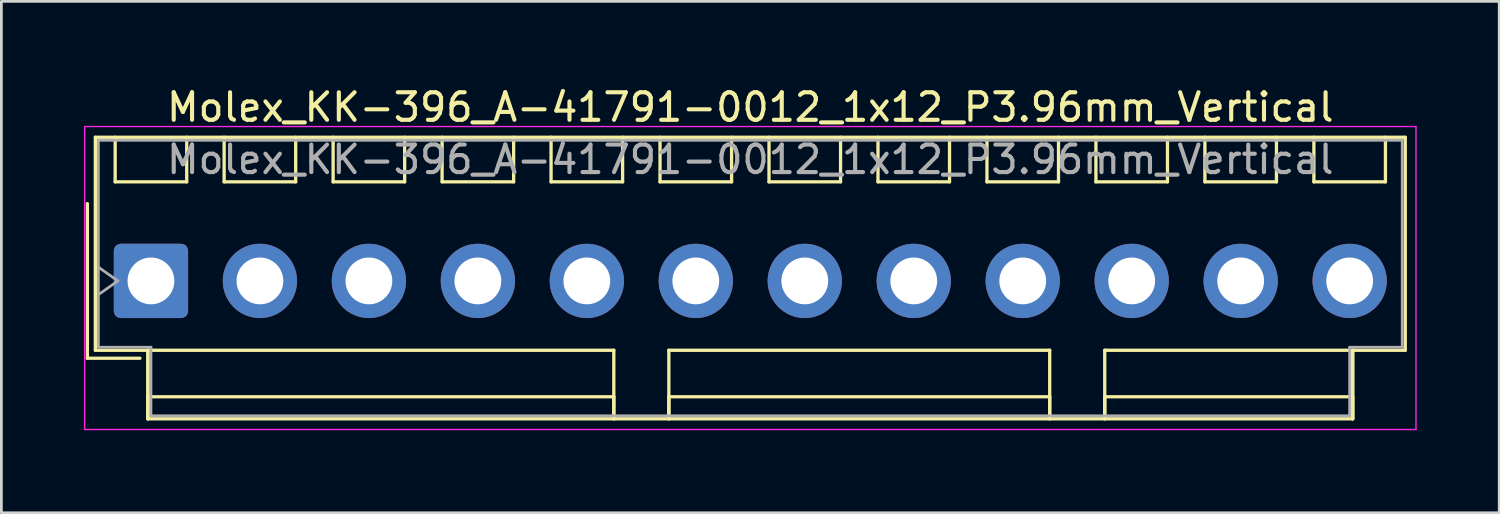
<source format=kicad_pcb>
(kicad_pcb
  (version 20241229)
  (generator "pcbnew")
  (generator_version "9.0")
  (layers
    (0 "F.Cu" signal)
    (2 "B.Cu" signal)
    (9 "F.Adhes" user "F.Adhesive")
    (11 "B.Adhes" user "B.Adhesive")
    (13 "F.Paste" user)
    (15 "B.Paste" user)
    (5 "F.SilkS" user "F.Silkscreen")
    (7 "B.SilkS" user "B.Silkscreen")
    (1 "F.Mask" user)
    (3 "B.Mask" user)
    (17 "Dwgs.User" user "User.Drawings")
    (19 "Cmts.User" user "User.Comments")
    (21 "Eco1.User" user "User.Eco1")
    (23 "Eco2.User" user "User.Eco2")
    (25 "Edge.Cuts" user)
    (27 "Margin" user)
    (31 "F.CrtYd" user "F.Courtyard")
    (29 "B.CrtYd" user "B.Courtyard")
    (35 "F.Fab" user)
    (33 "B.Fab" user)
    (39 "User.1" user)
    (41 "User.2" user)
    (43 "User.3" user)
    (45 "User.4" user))
  (footprint "Molex_KK-396_A-41791-0012_1x12_P3.96mm_Vertical"
    (layer "F.Cu")
    (at 2.435 7.158)
    (property "Reference" "Molex_KK-396_A-41791-0012_1x12_P3.96mm_Vertical" (at 21.78 -6.31 0) (layer "F.SilkS") (effects (font (size 1 1) (thickness 0.15))))
    (attr through_hole)
    (fp_line (start -2.31 -2.81) (end -2.31 2.81) (stroke (width 0.12) (type solid)) (layer "F.SilkS"))
    (fp_line (start -2.31 2.81) (end -0.4 2.81) (stroke (width 0.12) (type solid)) (layer "F.SilkS"))
    (fp_line (start -2.02 -5.22) (end 45.58 -5.22) (stroke (width 0.12) (type solid)) (layer "F.SilkS"))
    (fp_line (start -2.02 2.52) (end -2.02 -5.22) (stroke (width 0.12) (type solid)) (layer "F.SilkS"))
    (fp_line (start -1.3 -5.22) (end -1.3 -3.6) (stroke (width 0.12) (type solid)) (layer "F.SilkS"))
    (fp_line (start -1.3 -3.6) (end 1.3 -3.6) (stroke (width 0.12) (type solid)) (layer "F.SilkS"))
    (fp_line (start -0.11 2.52) (end -2.02 2.52) (stroke (width 0.12) (type solid)) (layer "F.SilkS"))
    (fp_line (start -0.11 2.52) (end 16.82 2.52) (stroke (width 0.12) (type solid)) (layer "F.SilkS"))
    (fp_line (start -0.11 4.21) (end 16.82 4.21) (stroke (width 0.12) (type solid)) (layer "F.SilkS"))
    (fp_line (start -0.11 5.01) (end -0.11 2.52) (stroke (width 0.12) (type solid)) (layer "F.SilkS"))
    (fp_line (start -0.11 5.01) (end -0.11 2.52) (stroke (width 0.12) (type solid)) (layer "F.SilkS"))
    (fp_line (start -0.11 5.01) (end -0.11 4.21) (stroke (width 0.12) (type solid)) (layer "F.SilkS"))
    (fp_line (start 1.3 -3.6) (end 1.3 -5.22) (stroke (width 0.12) (type solid)) (layer "F.SilkS"))
    (fp_line (start 2.66 -5.22) (end 2.66 -3.6) (stroke (width 0.12) (type solid)) (layer "F.SilkS"))
    (fp_line (start 2.66 -3.6) (end 5.26 -3.6) (stroke (width 0.12) (type solid)) (layer "F.SilkS"))
    (fp_line (start 5.26 -3.6) (end 5.26 -5.22) (stroke (width 0.12) (type solid)) (layer "F.SilkS"))
    (fp_line (start 6.62 -5.22) (end 6.62 -3.6) (stroke (width 0.12) (type solid)) (layer "F.SilkS"))
    (fp_line (start 6.62 -3.6) (end 9.22 -3.6) (stroke (width 0.12) (type solid)) (layer "F.SilkS"))
    (fp_line (start 9.22 -3.6) (end 9.22 -5.22) (stroke (width 0.12) (type solid)) (layer "F.SilkS"))
    (fp_line (start 10.58 -5.22) (end 10.58 -3.6) (stroke (width 0.12) (type solid)) (layer "F.SilkS"))
    (fp_line (start 10.58 -3.6) (end 13.18 -3.6) (stroke (width 0.12) (type solid)) (layer "F.SilkS"))
    (fp_line (start 13.18 -3.6) (end 13.18 -5.22) (stroke (width 0.12) (type solid)) (layer "F.SilkS"))
    (fp_line (start 14.54 -5.22) (end 14.54 -3.6) (stroke (width 0.12) (type solid)) (layer "F.SilkS"))
    (fp_line (start 14.54 -3.6) (end 17.14 -3.6) (stroke (width 0.12) (type solid)) (layer "F.SilkS"))
    (fp_line (start 16.82 2.52) (end 16.82 5.01) (stroke (width 0.12) (type solid)) (layer "F.SilkS"))
    (fp_line (start 16.82 4.21) (end 16.82 5.01) (stroke (width 0.12) (type solid)) (layer "F.SilkS"))
    (fp_line (start 17.14 -3.6) (end 17.14 -5.22) (stroke (width 0.12) (type solid)) (layer "F.SilkS"))
    (fp_line (start 18.5 -5.22) (end 18.5 -3.6) (stroke (width 0.12) (type solid)) (layer "F.SilkS"))
    (fp_line (start 18.5 -3.6) (end 21.1 -3.6) (stroke (width 0.12) (type solid)) (layer "F.SilkS"))
    (fp_line (start 18.82 2.52) (end 32.66 2.52) (stroke (width 0.12) (type solid)) (layer "F.SilkS"))
    (fp_line (start 18.82 4.21) (end 32.66 4.21) (stroke (width 0.12) (type solid)) (layer "F.SilkS"))
    (fp_line (start 18.82 5.01) (end 18.82 2.52) (stroke (width 0.12) (type solid)) (layer "F.SilkS"))
    (fp_line (start 18.82 5.01) (end 18.82 4.21) (stroke (width 0.12) (type solid)) (layer "F.SilkS"))
    (fp_line (start 21.1 -3.6) (end 21.1 -5.22) (stroke (width 0.12) (type solid)) (layer "F.SilkS"))
    (fp_line (start 22.46 -5.22) (end 22.46 -3.6) (stroke (width 0.12) (type solid)) (layer "F.SilkS"))
    (fp_line (start 22.46 -3.6) (end 25.06 -3.6) (stroke (width 0.12) (type solid)) (layer "F.SilkS"))
    (fp_line (start 25.06 -3.6) (end 25.06 -5.22) (stroke (width 0.12) (type solid)) (layer "F.SilkS"))
    (fp_line (start 26.42 -5.22) (end 26.42 -3.6) (stroke (width 0.12) (type solid)) (layer "F.SilkS"))
    (fp_line (start 26.42 -3.6) (end 29.02 -3.6) (stroke (width 0.12) (type solid)) (layer "F.SilkS"))
    (fp_line (start 29.02 -3.6) (end 29.02 -5.22) (stroke (width 0.12) (type solid)) (layer "F.SilkS"))
    (fp_line (start 30.38 -5.22) (end 30.38 -3.6) (stroke (width 0.12) (type solid)) (layer "F.SilkS"))
    (fp_line (start 30.38 -3.6) (end 32.98 -3.6) (stroke (width 0.12) (type solid)) (layer "F.SilkS"))
    (fp_line (start 32.66 2.52) (end 32.66 5.01) (stroke (width 0.12) (type solid)) (layer "F.SilkS"))
    (fp_line (start 32.66 4.21) (end 32.66 5.01) (stroke (width 0.12) (type solid)) (layer "F.SilkS"))
    (fp_line (start 32.98 -3.6) (end 32.98 -5.22) (stroke (width 0.12) (type solid)) (layer "F.SilkS"))
    (fp_line (start 34.34 -5.22) (end 34.34 -3.6) (stroke (width 0.12) (type solid)) (layer "F.SilkS"))
    (fp_line (start 34.34 -3.6) (end 36.94 -3.6) (stroke (width 0.12) (type solid)) (layer "F.SilkS"))
    (fp_line (start 34.66 2.52) (end 34.66 5.01) (stroke (width 0.12) (type solid)) (layer "F.SilkS"))
    (fp_line (start 34.66 4.21) (end 34.66 5.01) (stroke (width 0.12) (type solid)) (layer "F.SilkS"))
    (fp_line (start 36.94 -3.6) (end 36.94 -5.22) (stroke (width 0.12) (type solid)) (layer "F.SilkS"))
    (fp_line (start 38.3 -5.22) (end 38.3 -3.6) (stroke (width 0.12) (type solid)) (layer "F.SilkS"))
    (fp_line (start 38.3 -3.6) (end 40.9 -3.6) (stroke (width 0.12) (type solid)) (layer "F.SilkS"))
    (fp_line (start 40.9 -3.6) (end 40.9 -5.22) (stroke (width 0.12) (type solid)) (layer "F.SilkS"))
    (fp_line (start 42.26 -5.22) (end 42.26 -3.6) (stroke (width 0.12) (type solid)) (layer "F.SilkS"))
    (fp_line (start 42.26 -3.6) (end 44.86 -3.6) (stroke (width 0.12) (type solid)) (layer "F.SilkS"))
    (fp_line (start 43.67 2.52) (end 34.66 2.52) (stroke (width 0.12) (type solid)) (layer "F.SilkS"))
    (fp_line (start 43.67 2.52) (end 43.67 5.01) (stroke (width 0.12) (type solid)) (layer "F.SilkS"))
    (fp_line (start 43.67 4.21) (end 34.66 4.21) (stroke (width 0.12) (type solid)) (layer "F.SilkS"))
    (fp_line (start 43.67 5.01) (end -0.11 5.01) (stroke (width 0.12) (type solid)) (layer "F.SilkS"))
    (fp_line (start 43.67 5.01) (end 43.67 2.52) (stroke (width 0.12) (type solid)) (layer "F.SilkS"))
    (fp_line (start 43.67 5.01) (end 43.67 4.21) (stroke (width 0.12) (type solid)) (layer "F.SilkS"))
    (fp_line (start 44.86 -3.6) (end 44.86 -5.22) (stroke (width 0.12) (type solid)) (layer "F.SilkS"))
    (fp_line (start 45.58 -5.22) (end 45.58 2.52) (stroke (width 0.12) (type solid)) (layer "F.SilkS"))
    (fp_line (start 45.58 2.52) (end 43.67 2.52) (stroke (width 0.12) (type solid)) (layer "F.SilkS"))
    (fp_line (start -2.41 -5.61) (end -2.41 5.4) (stroke (width 0.05) (type solid)) (layer "F.CrtYd"))
    (fp_line (start -2.41 5.4) (end 45.97 5.4) (stroke (width 0.05) (type solid)) (layer "F.CrtYd"))
    (fp_line (start 45.97 -5.61) (end -2.41 -5.61) (stroke (width 0.05) (type solid)) (layer "F.CrtYd"))
    (fp_line (start 45.97 5.4) (end 45.97 -5.61) (stroke (width 0.05) (type solid)) (layer "F.CrtYd"))
    (fp_line (start -1.91 -5.11) (end 45.47 -5.11) (stroke (width 0.1) (type solid)) (layer "F.Fab"))
    (fp_line (start -1.91 -0.5) (end -1.203 0) (stroke (width 0.1) (type solid)) (layer "F.Fab"))
    (fp_line (start -1.91 2.41) (end -1.91 -5.11) (stroke (width 0.1) (type solid)) (layer "F.Fab"))
    (fp_line (start -1.203 0) (end -1.91 0.5) (stroke (width 0.1) (type solid)) (layer "F.Fab"))
    (fp_line (start 0 2.41) (end -1.91 2.41) (stroke (width 0.1) (type solid)) (layer "F.Fab"))
    (fp_line (start 0 4.9) (end 0 2.41) (stroke (width 0.1) (type solid)) (layer "F.Fab"))
    (fp_line (start 43.56 2.41) (end 43.56 4.9) (stroke (width 0.1) (type solid)) (layer "F.Fab"))
    (fp_line (start 43.56 4.9) (end 0 4.9) (stroke (width 0.1) (type solid)) (layer "F.Fab"))
    (fp_line (start 45.47 -5.11) (end 45.47 2.41) (stroke (width 0.1) (type solid)) (layer "F.Fab"))
    (fp_line (start 45.47 2.41) (end 43.56 2.41) (stroke (width 0.1) (type solid)) (layer "F.Fab"))
    (fp_text user "${REFERENCE}" (at 21.78 -4.41 0) (layer "F.Fab") (effects (font (size 1 1) (thickness 0.15))))
    (pad "1" thru_hole roundrect (at 0 0) (size 2.7 2.7) (drill 1.7) (layers "*.Cu" "*.Mask") (roundrect_rratio 0.093))
    (pad "2" thru_hole circle (at 3.96 0) (size 2.7 2.7) (drill 1.7) (layers "*.Cu" "*.Mask"))
    (pad "3" thru_hole circle (at 7.92 0) (size 2.7 2.7) (drill 1.7) (layers "*.Cu" "*.Mask"))
    (pad "4" thru_hole circle (at 11.88 0) (size 2.7 2.7) (drill 1.7) (layers "*.Cu" "*.Mask"))
    (pad "5" thru_hole circle (at 15.84 0) (size 2.7 2.7) (drill 1.7) (layers "*.Cu" "*.Mask"))
    (pad "6" thru_hole circle (at 19.8 0) (size 2.7 2.7) (drill 1.7) (layers "*.Cu" "*.Mask"))
    (pad "7" thru_hole circle (at 23.76 0) (size 2.7 2.7) (drill 1.7) (layers "*.Cu" "*.Mask"))
    (pad "8" thru_hole circle (at 27.72 0) (size 2.7 2.7) (drill 1.7) (layers "*.Cu" "*.Mask"))
    (pad "9" thru_hole circle (at 31.68 0) (size 2.7 2.7) (drill 1.7) (layers "*.Cu" "*.Mask"))
    (pad "10" thru_hole circle (at 35.64 0) (size 2.7 2.7) (drill 1.7) (layers "*.Cu" "*.Mask"))
    (pad "11" thru_hole circle (at 39.6 0) (size 2.7 2.7) (drill 1.7) (layers "*.Cu" "*.Mask"))
    (pad "12" thru_hole circle (at 43.56 0) (size 2.7 2.7) (drill 1.7) (layers "*.Cu" "*.Mask")))
  (gr_rect
    (start -3 -3)
    (end 51.43 15.583)
    (stroke (width 0.1) (type default))
    (fill no)
    (layer "Edge.Cuts")))
</source>
